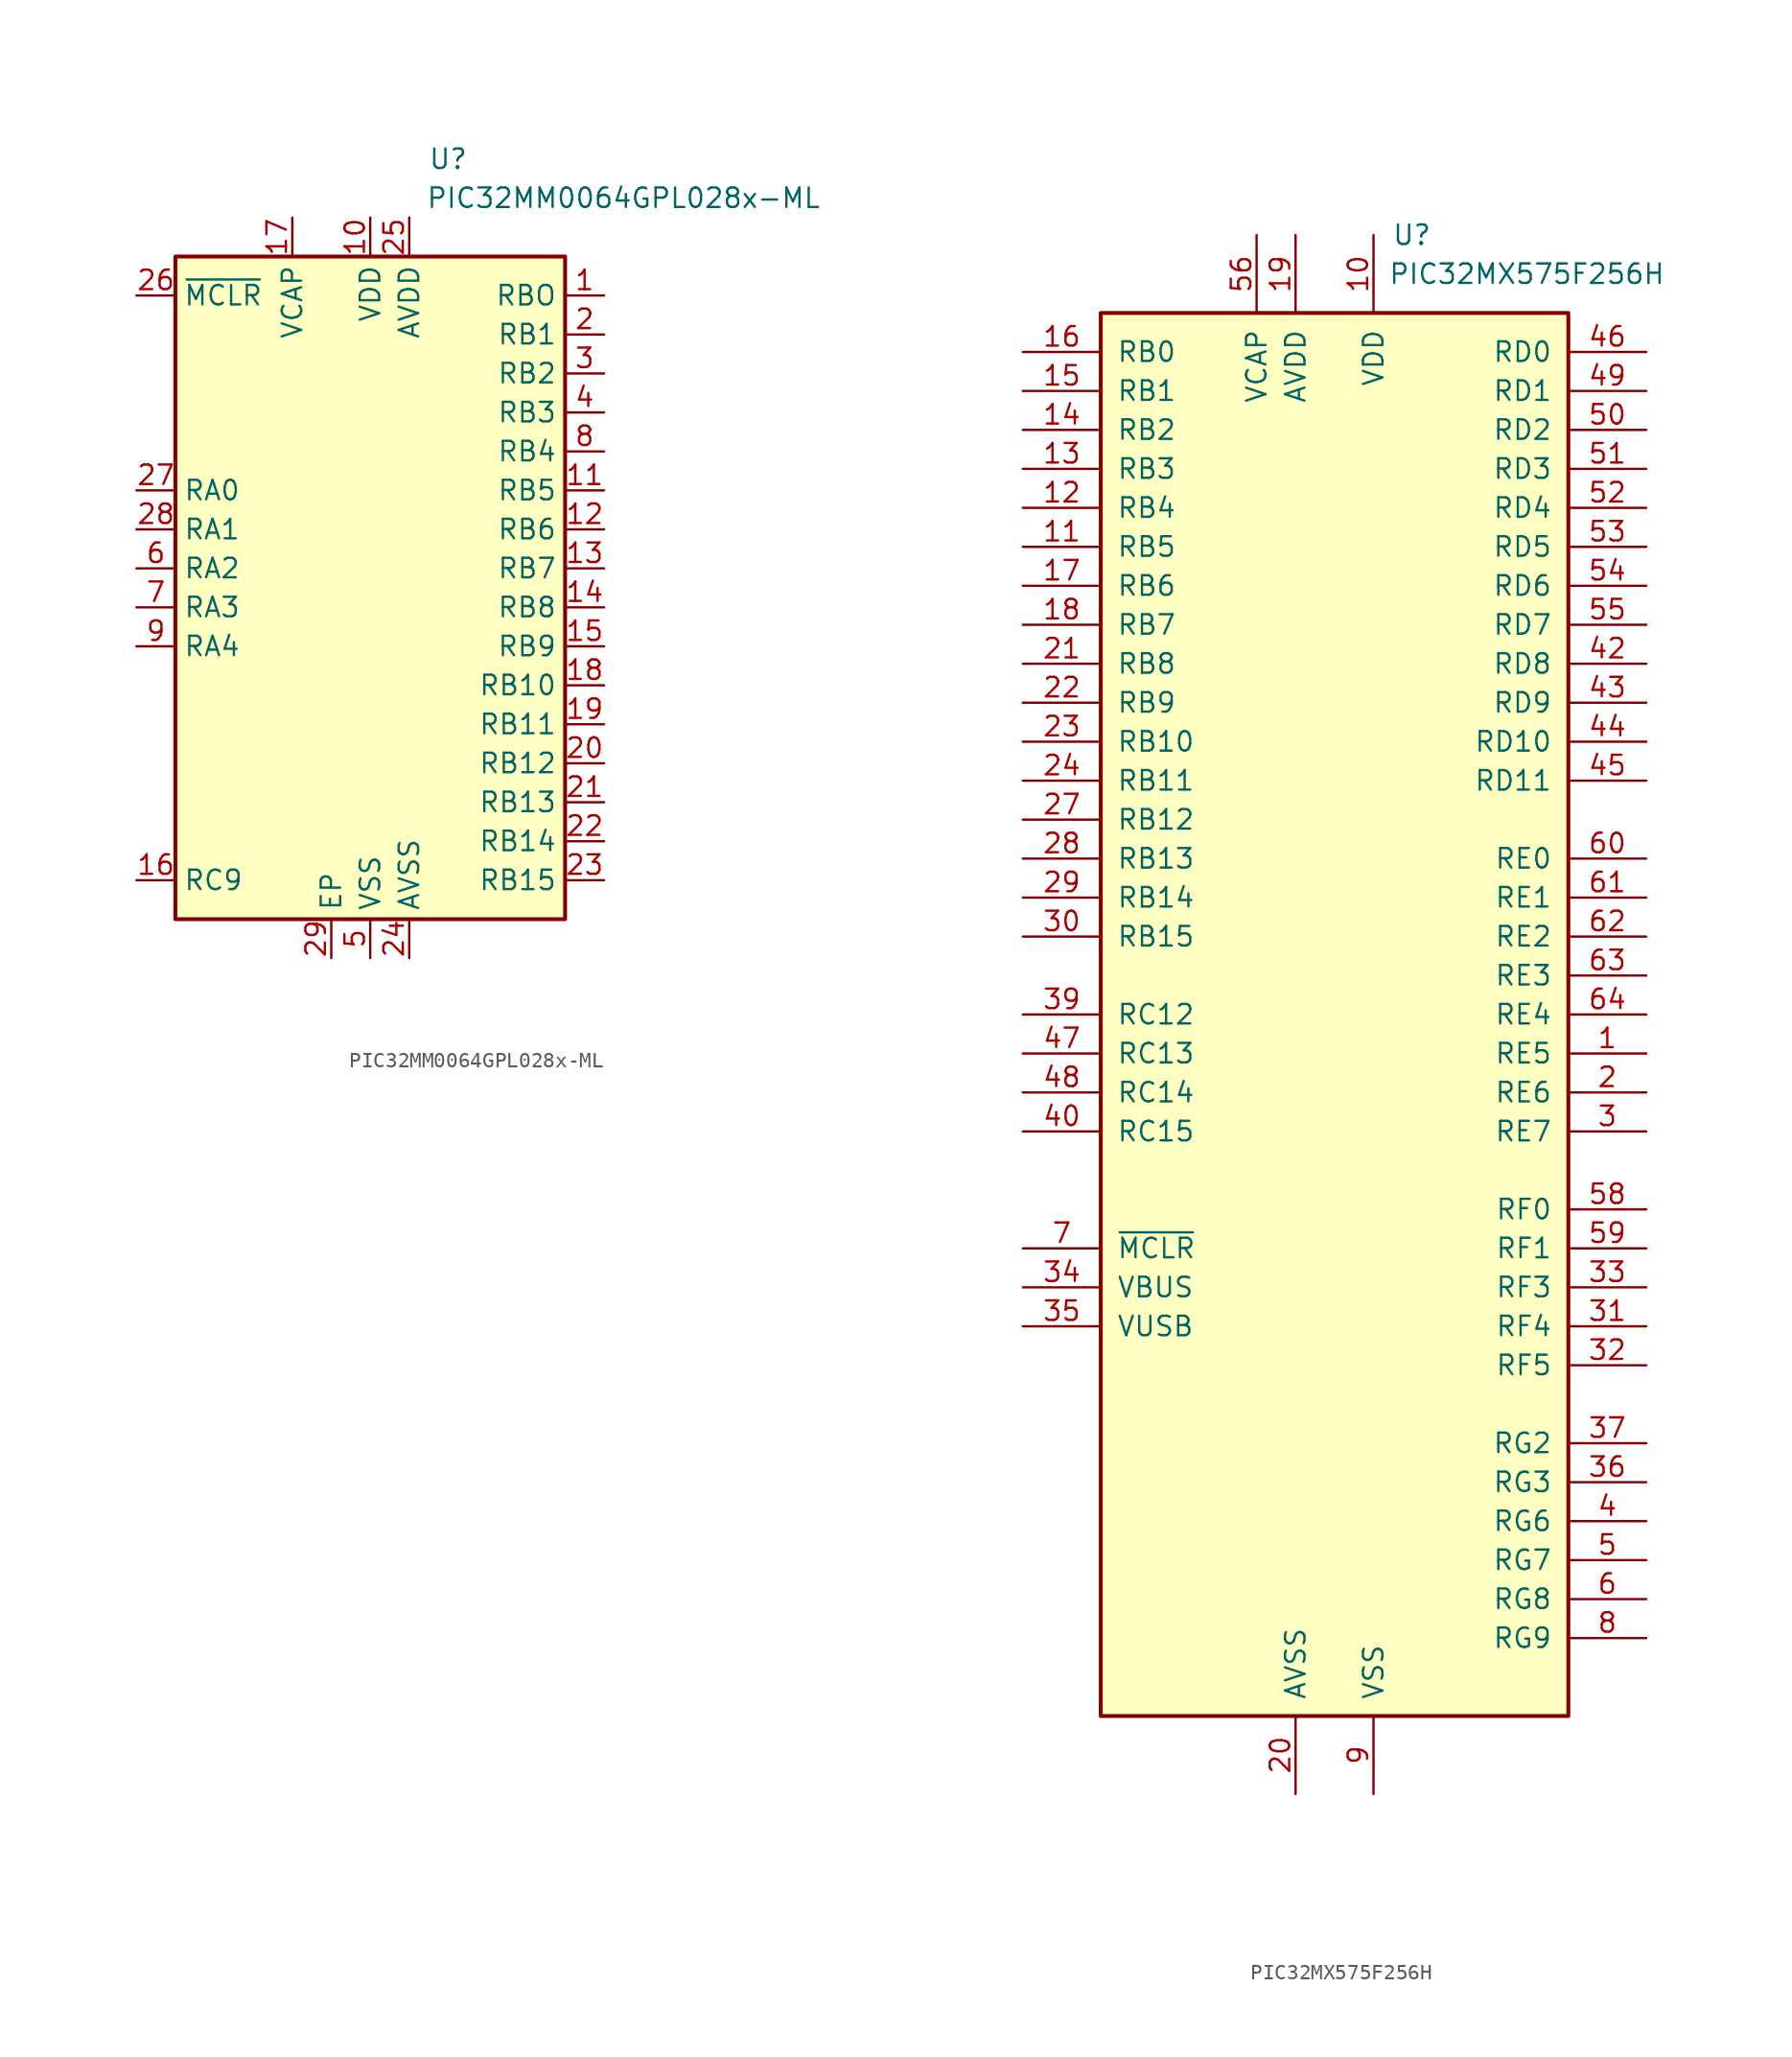
<source format=kicad_sym>
(kicad_symbol_lib
  (version 20200908)
  (generator kicad_symbol_editor)
  (symbol "MCU_Microchip_PIC32:PIC32MM0064GPL028x-ML"
    (property "Reference" "U"
      (at 5.08 26.67 0)
      (effects (font (size 1.27 1.27))))
    (property "Value" "PIC32MM0064GPL028x-ML"
      (at 16.51 24.13 0)
      (effects (font (size 1.27 1.27))))
    (symbol "PIC32MM0064GPL028x-ML_0_1"
      (rectangle (start -12.7 20.32) (end 12.7 -22.86) (stroke (width 0.254)) (fill (type background))))
    (symbol "PIC32MM0064GPL028x-ML_0_0"
      (pin bidirectional line (at 15.24 17.78 180) (length 2.54) (name "RBO" (effects (font (size 1.27 1.27)))) (number "1" (effects (font (size 1.27 1.27)))))
      (pin power_in line (at 0 22.86 270) (length 2.54) (name "VDD" (effects (font (size 1.27 1.27)))) (number "10" (effects (font (size 1.27 1.27)))))
      (pin bidirectional line (at 15.24 5.08 180) (length 2.54) (name "RB5" (effects (font (size 1.27 1.27)))) (number "11" (effects (font (size 1.27 1.27)))))
      (pin bidirectional line (at 15.24 2.54 180) (length 2.54) (name "RB6" (effects (font (size 1.27 1.27)))) (number "12" (effects (font (size 1.27 1.27)))))
      (pin bidirectional line (at 15.24 0 180) (length 2.54) (name "RB7" (effects (font (size 1.27 1.27)))) (number "13" (effects (font (size 1.27 1.27)))))
      (pin bidirectional line (at 15.24 -2.54 180) (length 2.54) (name "RB8" (effects (font (size 1.27 1.27)))) (number "14" (effects (font (size 1.27 1.27)))))
      (pin bidirectional line (at 15.24 -5.08 180) (length 2.54) (name "RB9" (effects (font (size 1.27 1.27)))) (number "15" (effects (font (size 1.27 1.27)))))
      (pin bidirectional line (at -15.24 -20.32 0) (length 2.54) (name "RC9" (effects (font (size 1.27 1.27)))) (number "16" (effects (font (size 1.27 1.27)))))
      (pin power_out line (at -5.08 22.86 270) (length 2.54) (name "VCAP" (effects (font (size 1.27 1.27)))) (number "17" (effects (font (size 1.27 1.27)))))
      (pin bidirectional line (at 15.24 -7.62 180) (length 2.54) (name "RB10" (effects (font (size 1.27 1.27)))) (number "18" (effects (font (size 1.27 1.27)))))
      (pin bidirectional line (at 15.24 -10.16 180) (length 2.54) (name "RB11" (effects (font (size 1.27 1.27)))) (number "19" (effects (font (size 1.27 1.27)))))
      (pin bidirectional line (at 15.24 15.24 180) (length 2.54) (name "RB1" (effects (font (size 1.27 1.27)))) (number "2" (effects (font (size 1.27 1.27)))))
      (pin bidirectional line (at 15.24 -12.7 180) (length 2.54) (name "RB12" (effects (font (size 1.27 1.27)))) (number "20" (effects (font (size 1.27 1.27)))))
      (pin bidirectional line (at 15.24 -15.24 180) (length 2.54) (name "RB13" (effects (font (size 1.27 1.27)))) (number "21" (effects (font (size 1.27 1.27)))))
      (pin bidirectional line (at 15.24 -17.78 180) (length 2.54) (name "RB14" (effects (font (size 1.27 1.27)))) (number "22" (effects (font (size 1.27 1.27)))))
      (pin bidirectional line (at 15.24 -20.32 180) (length 2.54) (name "RB15" (effects (font (size 1.27 1.27)))) (number "23" (effects (font (size 1.27 1.27)))))
      (pin power_in line (at 2.54 -25.4 90) (length 2.54) (name "AVSS" (effects (font (size 1.27 1.27)))) (number "24" (effects (font (size 1.27 1.27)))))
      (pin power_in line (at 2.54 22.86 270) (length 2.54) (name "AVDD" (effects (font (size 1.27 1.27)))) (number "25" (effects (font (size 1.27 1.27)))))
      (pin input line (at -15.24 17.78 0) (length 2.54) (name "~MCLR~" (effects (font (size 1.27 1.27)))) (number "26" (effects (font (size 1.27 1.27)))))
      (pin bidirectional line (at -15.24 5.08 0) (length 2.54) (name "RA0" (effects (font (size 1.27 1.27)))) (number "27" (effects (font (size 1.27 1.27)))))
      (pin bidirectional line (at -15.24 2.54 0) (length 2.54) (name "RA1" (effects (font (size 1.27 1.27)))) (number "28" (effects (font (size 1.27 1.27)))))
      (pin passive line (at -2.54 -25.4 90) (length 2.54) (name "EP" (effects (font (size 1.27 1.27)))) (number "29" (effects (font (size 1.27 1.27)))))
      (pin bidirectional line (at 15.24 12.7 180) (length 2.54) (name "RB2" (effects (font (size 1.27 1.27)))) (number "3" (effects (font (size 1.27 1.27)))))
      (pin bidirectional line (at 15.24 10.16 180) (length 2.54) (name "RB3" (effects (font (size 1.27 1.27)))) (number "4" (effects (font (size 1.27 1.27)))))
      (pin power_in line (at 0 -25.4 90) (length 2.54) (name "VSS" (effects (font (size 1.27 1.27)))) (number "5" (effects (font (size 1.27 1.27)))))
      (pin bidirectional line (at -15.24 0 0) (length 2.54) (name "RA2" (effects (font (size 1.27 1.27)))) (number "6" (effects (font (size 1.27 1.27)))))
      (pin bidirectional line (at -15.24 -2.54 0) (length 2.54) (name "RA3" (effects (font (size 1.27 1.27)))) (number "7" (effects (font (size 1.27 1.27)))))
      (pin bidirectional line (at 15.24 7.62 180) (length 2.54) (name "RB4" (effects (font (size 1.27 1.27)))) (number "8" (effects (font (size 1.27 1.27)))))
      (pin bidirectional line (at -15.24 -5.08 0) (length 2.54) (name "RA4" (effects (font (size 1.27 1.27)))) (number "9" (effects (font (size 1.27 1.27)))))))
  (symbol "MCU_Microchip_PIC32:PIC32MX575F256H"
    (pin_names
      (offset 1.016))
    (property "Reference" "U"
      (at 6.35 50.8 0)
      (effects (font (size 1.27 1.27)) (justify right)))
    (property "Value" "PIC32MX575F256H"
      (at 21.59 48.26 0)
      (effects (font (size 1.27 1.27)) (justify right)))
    (symbol "PIC32MX575F256H_0_1"
      (rectangle (start -15.24 45.72) (end 15.24 -45.72) (stroke (width 0.254)) (fill (type background))))
    (symbol "PIC32MX575F256H_1_1"
      (pin bidirectional line (at 20.32 -2.54 180) (length 5.08) (name "RE5" (effects (font (size 1.27 1.27)))) (number "1" (effects (font (size 1.27 1.27)))))
      (pin power_in line (at 2.54 50.8 270) (length 5.08) (name "VDD" (effects (font (size 1.27 1.27)))) (number "10" (effects (font (size 1.27 1.27)))))
      (pin bidirectional line (at -20.32 30.48 0) (length 5.08) (name "RB5" (effects (font (size 1.27 1.27)))) (number "11" (effects (font (size 1.27 1.27)))))
      (pin bidirectional line (at -20.32 33.02 0) (length 5.08) (name "RB4" (effects (font (size 1.27 1.27)))) (number "12" (effects (font (size 1.27 1.27)))))
      (pin bidirectional line (at -20.32 35.56 0) (length 5.08) (name "RB3" (effects (font (size 1.27 1.27)))) (number "13" (effects (font (size 1.27 1.27)))))
      (pin bidirectional line (at -20.32 38.1 0) (length 5.08) (name "RB2" (effects (font (size 1.27 1.27)))) (number "14" (effects (font (size 1.27 1.27)))))
      (pin bidirectional line (at -20.32 40.64 0) (length 5.08) (name "RB1" (effects (font (size 1.27 1.27)))) (number "15" (effects (font (size 1.27 1.27)))))
      (pin bidirectional line (at -20.32 43.18 0) (length 5.08) (name "RB0" (effects (font (size 1.27 1.27)))) (number "16" (effects (font (size 1.27 1.27)))))
      (pin bidirectional line (at -20.32 27.94 0) (length 5.08) (name "RB6" (effects (font (size 1.27 1.27)))) (number "17" (effects (font (size 1.27 1.27)))))
      (pin bidirectional line (at -20.32 25.4 0) (length 5.08) (name "RB7" (effects (font (size 1.27 1.27)))) (number "18" (effects (font (size 1.27 1.27)))))
      (pin power_in line (at -2.54 50.8 270) (length 5.08) (name "AVDD" (effects (font (size 1.27 1.27)))) (number "19" (effects (font (size 1.27 1.27)))))
      (pin bidirectional line (at 20.32 -5.08 180) (length 5.08) (name "RE6" (effects (font (size 1.27 1.27)))) (number "2" (effects (font (size 1.27 1.27)))))
      (pin power_in line (at -2.54 -50.8 90) (length 5.08) (name "AVSS" (effects (font (size 1.27 1.27)))) (number "20" (effects (font (size 1.27 1.27)))))
      (pin bidirectional line (at -20.32 22.86 0) (length 5.08) (name "RB8" (effects (font (size 1.27 1.27)))) (number "21" (effects (font (size 1.27 1.27)))))
      (pin bidirectional line (at -20.32 20.32 0) (length 5.08) (name "RB9" (effects (font (size 1.27 1.27)))) (number "22" (effects (font (size 1.27 1.27)))))
      (pin bidirectional line (at -20.32 17.78 0) (length 5.08) (name "RB10" (effects (font (size 1.27 1.27)))) (number "23" (effects (font (size 1.27 1.27)))))
      (pin bidirectional line (at -20.32 15.24 0) (length 5.08) (name "RB11" (effects (font (size 1.27 1.27)))) (number "24" (effects (font (size 1.27 1.27)))))
      (pin passive line (at 2.54 -50.8 90) (length 5.08) hide (name "VSS" (effects (font (size 1.27 1.27)))) (number "25" (effects (font (size 1.27 1.27)))))
      (pin passive line (at 2.54 50.8 270) (length 5.08) hide (name "VDD" (effects (font (size 1.27 1.27)))) (number "26" (effects (font (size 1.27 1.27)))))
      (pin bidirectional line (at -20.32 12.7 0) (length 5.08) (name "RB12" (effects (font (size 1.27 1.27)))) (number "27" (effects (font (size 1.27 1.27)))))
      (pin bidirectional line (at -20.32 10.16 0) (length 5.08) (name "RB13" (effects (font (size 1.27 1.27)))) (number "28" (effects (font (size 1.27 1.27)))))
      (pin bidirectional line (at -20.32 7.62 0) (length 5.08) (name "RB14" (effects (font (size 1.27 1.27)))) (number "29" (effects (font (size 1.27 1.27)))))
      (pin bidirectional line (at 20.32 -7.62 180) (length 5.08) (name "RE7" (effects (font (size 1.27 1.27)))) (number "3" (effects (font (size 1.27 1.27)))))
      (pin bidirectional line (at -20.32 5.08 0) (length 5.08) (name "RB15" (effects (font (size 1.27 1.27)))) (number "30" (effects (font (size 1.27 1.27)))))
      (pin bidirectional line (at 20.32 -20.32 180) (length 5.08) (name "RF4" (effects (font (size 1.27 1.27)))) (number "31" (effects (font (size 1.27 1.27)))))
      (pin bidirectional line (at 20.32 -22.86 180) (length 5.08) (name "RF5" (effects (font (size 1.27 1.27)))) (number "32" (effects (font (size 1.27 1.27)))))
      (pin bidirectional line (at 20.32 -17.78 180) (length 5.08) (name "RF3" (effects (font (size 1.27 1.27)))) (number "33" (effects (font (size 1.27 1.27)))))
      (pin input line (at -20.32 -17.78 0) (length 5.08) (name "VBUS" (effects (font (size 1.27 1.27)))) (number "34" (effects (font (size 1.27 1.27)))))
      (pin power_in line (at -20.32 -20.32 0) (length 5.08) (name "VUSB" (effects (font (size 1.27 1.27)))) (number "35" (effects (font (size 1.27 1.27)))))
      (pin bidirectional line (at 20.32 -30.48 180) (length 5.08) (name "RG3" (effects (font (size 1.27 1.27)))) (number "36" (effects (font (size 1.27 1.27)))))
      (pin bidirectional line (at 20.32 -27.94 180) (length 5.08) (name "RG2" (effects (font (size 1.27 1.27)))) (number "37" (effects (font (size 1.27 1.27)))))
      (pin passive line (at 2.54 50.8 270) (length 5.08) hide (name "VDD" (effects (font (size 1.27 1.27)))) (number "38" (effects (font (size 1.27 1.27)))))
      (pin bidirectional line (at -20.32 0 0) (length 5.08) (name "RC12" (effects (font (size 1.27 1.27)))) (number "39" (effects (font (size 1.27 1.27)))))
      (pin bidirectional line (at 20.32 -33.02 180) (length 5.08) (name "RG6" (effects (font (size 1.27 1.27)))) (number "4" (effects (font (size 1.27 1.27)))))
      (pin bidirectional line (at -20.32 -7.62 0) (length 5.08) (name "RC15" (effects (font (size 1.27 1.27)))) (number "40" (effects (font (size 1.27 1.27)))))
      (pin passive line (at 2.54 -50.8 90) (length 5.08) hide (name "VSS" (effects (font (size 1.27 1.27)))) (number "41" (effects (font (size 1.27 1.27)))))
      (pin bidirectional line (at 20.32 22.86 180) (length 5.08) (name "RD8" (effects (font (size 1.27 1.27)))) (number "42" (effects (font (size 1.27 1.27)))))
      (pin bidirectional line (at 20.32 20.32 180) (length 5.08) (name "RD9" (effects (font (size 1.27 1.27)))) (number "43" (effects (font (size 1.27 1.27)))))
      (pin bidirectional line (at 20.32 17.78 180) (length 5.08) (name "RD10" (effects (font (size 1.27 1.27)))) (number "44" (effects (font (size 1.27 1.27)))))
      (pin bidirectional line (at 20.32 15.24 180) (length 5.08) (name "RD11" (effects (font (size 1.27 1.27)))) (number "45" (effects (font (size 1.27 1.27)))))
      (pin bidirectional line (at 20.32 43.18 180) (length 5.08) (name "RD0" (effects (font (size 1.27 1.27)))) (number "46" (effects (font (size 1.27 1.27)))))
      (pin bidirectional line (at -20.32 -2.54 0) (length 5.08) (name "RC13" (effects (font (size 1.27 1.27)))) (number "47" (effects (font (size 1.27 1.27)))))
      (pin bidirectional line (at -20.32 -5.08 0) (length 5.08) (name "RC14" (effects (font (size 1.27 1.27)))) (number "48" (effects (font (size 1.27 1.27)))))
      (pin bidirectional line (at 20.32 40.64 180) (length 5.08) (name "RD1" (effects (font (size 1.27 1.27)))) (number "49" (effects (font (size 1.27 1.27)))))
      (pin bidirectional line (at 20.32 -35.56 180) (length 5.08) (name "RG7" (effects (font (size 1.27 1.27)))) (number "5" (effects (font (size 1.27 1.27)))))
      (pin bidirectional line (at 20.32 38.1 180) (length 5.08) (name "RD2" (effects (font (size 1.27 1.27)))) (number "50" (effects (font (size 1.27 1.27)))))
      (pin bidirectional line (at 20.32 35.56 180) (length 5.08) (name "RD3" (effects (font (size 1.27 1.27)))) (number "51" (effects (font (size 1.27 1.27)))))
      (pin bidirectional line (at 20.32 33.02 180) (length 5.08) (name "RD4" (effects (font (size 1.27 1.27)))) (number "52" (effects (font (size 1.27 1.27)))))
      (pin bidirectional line (at 20.32 30.48 180) (length 5.08) (name "RD5" (effects (font (size 1.27 1.27)))) (number "53" (effects (font (size 1.27 1.27)))))
      (pin bidirectional line (at 20.32 27.94 180) (length 5.08) (name "RD6" (effects (font (size 1.27 1.27)))) (number "54" (effects (font (size 1.27 1.27)))))
      (pin bidirectional line (at 20.32 25.4 180) (length 5.08) (name "RD7" (effects (font (size 1.27 1.27)))) (number "55" (effects (font (size 1.27 1.27)))))
      (pin power_out line (at -5.08 50.8 270) (length 5.08) (name "VCAP" (effects (font (size 1.27 1.27)))) (number "56" (effects (font (size 1.27 1.27)))))
      (pin passive line (at 2.54 50.8 270) (length 5.08) hide (name "VDD" (effects (font (size 1.27 1.27)))) (number "57" (effects (font (size 1.27 1.27)))))
      (pin bidirectional line (at 20.32 -12.7 180) (length 5.08) (name "RF0" (effects (font (size 1.27 1.27)))) (number "58" (effects (font (size 1.27 1.27)))))
      (pin bidirectional line (at 20.32 -15.24 180) (length 5.08) (name "RF1" (effects (font (size 1.27 1.27)))) (number "59" (effects (font (size 1.27 1.27)))))
      (pin bidirectional line (at 20.32 -38.1 180) (length 5.08) (name "RG8" (effects (font (size 1.27 1.27)))) (number "6" (effects (font (size 1.27 1.27)))))
      (pin bidirectional line (at 20.32 10.16 180) (length 5.08) (name "RE0" (effects (font (size 1.27 1.27)))) (number "60" (effects (font (size 1.27 1.27)))))
      (pin bidirectional line (at 20.32 7.62 180) (length 5.08) (name "RE1" (effects (font (size 1.27 1.27)))) (number "61" (effects (font (size 1.27 1.27)))))
      (pin bidirectional line (at 20.32 5.08 180) (length 5.08) (name "RE2" (effects (font (size 1.27 1.27)))) (number "62" (effects (font (size 1.27 1.27)))))
      (pin bidirectional line (at 20.32 2.54 180) (length 5.08) (name "RE3" (effects (font (size 1.27 1.27)))) (number "63" (effects (font (size 1.27 1.27)))))
      (pin bidirectional line (at 20.32 0 180) (length 5.08) (name "RE4" (effects (font (size 1.27 1.27)))) (number "64" (effects (font (size 1.27 1.27)))))
      (pin input line (at -20.32 -15.24 0) (length 5.08) (name "~MCLR~" (effects (font (size 1.27 1.27)))) (number "7" (effects (font (size 1.27 1.27)))))
      (pin bidirectional line (at 20.32 -40.64 180) (length 5.08) (name "RG9" (effects (font (size 1.27 1.27)))) (number "8" (effects (font (size 1.27 1.27)))))
      (pin power_in line (at 2.54 -50.8 90) (length 5.08) (name "VSS" (effects (font (size 1.27 1.27)))) (number "9" (effects (font (size 1.27 1.27))))))))
</source>
